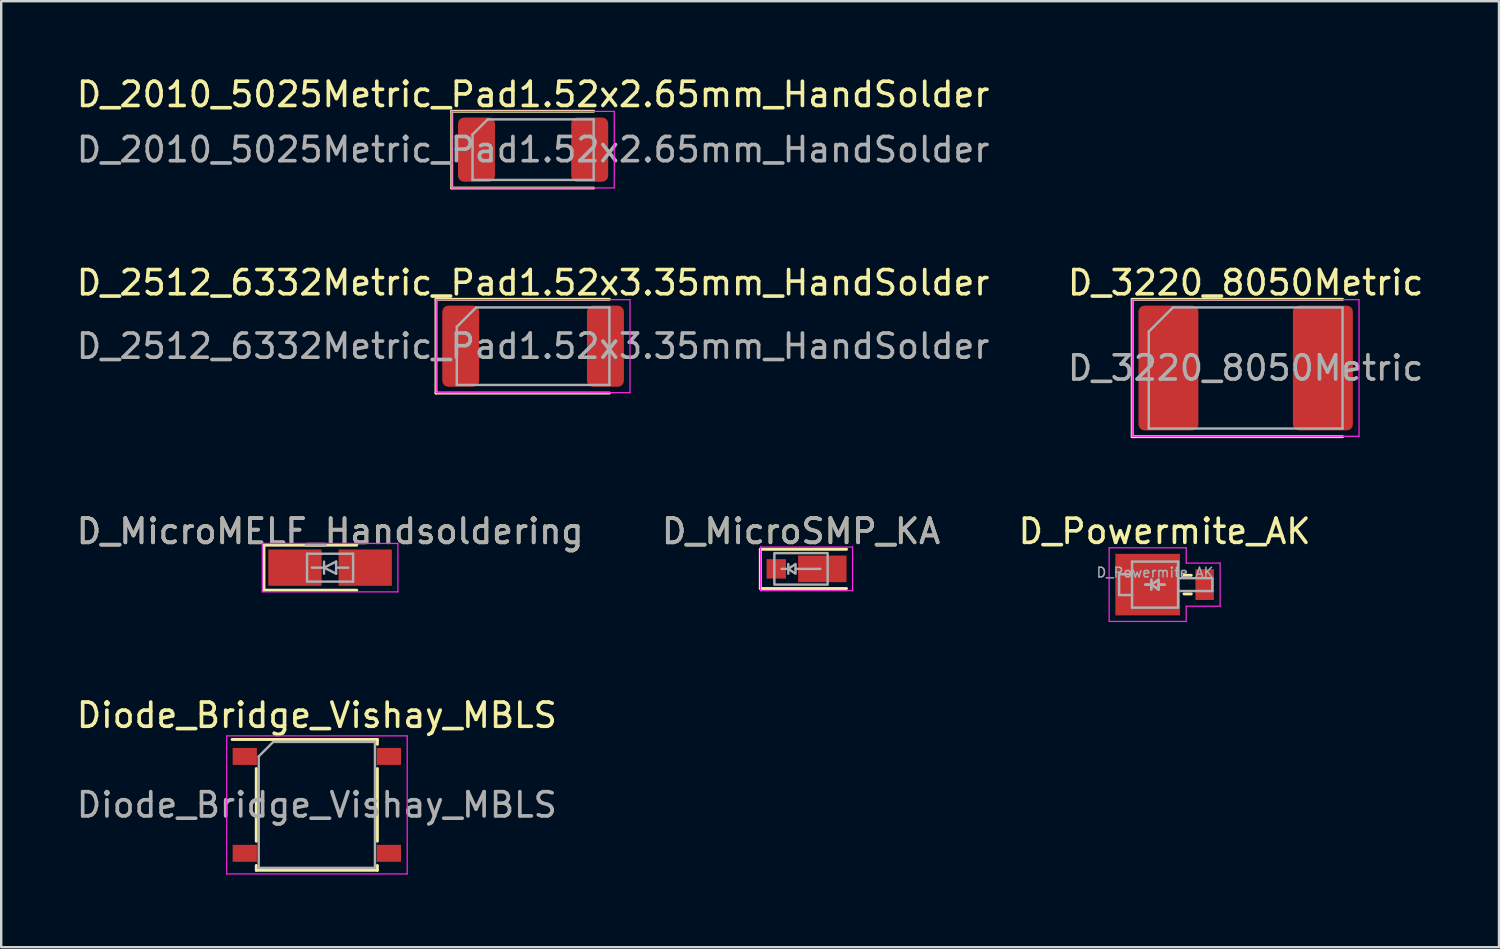
<source format=kicad_pcb>
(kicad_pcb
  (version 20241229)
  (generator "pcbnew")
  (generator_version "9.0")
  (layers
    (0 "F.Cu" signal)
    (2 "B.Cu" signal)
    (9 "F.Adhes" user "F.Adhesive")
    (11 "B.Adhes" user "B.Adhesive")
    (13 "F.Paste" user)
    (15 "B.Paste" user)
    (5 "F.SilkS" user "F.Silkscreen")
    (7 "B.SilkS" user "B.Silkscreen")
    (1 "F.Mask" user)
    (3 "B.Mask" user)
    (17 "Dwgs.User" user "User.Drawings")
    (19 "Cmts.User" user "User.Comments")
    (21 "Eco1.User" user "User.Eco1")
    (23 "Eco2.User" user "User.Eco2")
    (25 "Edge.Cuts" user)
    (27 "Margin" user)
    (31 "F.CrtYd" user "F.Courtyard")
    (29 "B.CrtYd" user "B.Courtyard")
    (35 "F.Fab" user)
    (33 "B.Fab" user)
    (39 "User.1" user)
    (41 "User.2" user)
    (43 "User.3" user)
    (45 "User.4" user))
  (footprint "D_Powermite_AK"
    (layer "F.Cu")
    (at 45.03 21.085)
    (property "Reference" "D_Powermite_AK" (at 0 -2.2 0) (layer "F.SilkS") (effects (font (size 1 1) (thickness 0.15))))
    (attr smd)
    (fp_line (start 1.1 -0.385) (end 0.8 -0.385) (stroke (width 0.12) (type solid)) (layer "F.SilkS"))
    (fp_line (start 1.1 0.385) (end 0.8 0.385) (stroke (width 0.12) (type solid)) (layer "F.SilkS"))
    (fp_line (start -2.29 -1.52) (end -2.29 1.52) (stroke (width 0.05) (type solid)) (layer "F.CrtYd"))
    (fp_line (start -2.29 1.52) (end 0.89 1.52) (stroke (width 0.05) (type solid)) (layer "F.CrtYd"))
    (fp_line (start 0.89 -1.52) (end -2.29 -1.52) (stroke (width 0.05) (type solid)) (layer "F.CrtYd"))
    (fp_line (start 0.89 -0.89) (end 0.89 -1.52) (stroke (width 0.05) (type solid)) (layer "F.CrtYd"))
    (fp_line (start 0.89 0.89) (end 2.29 0.89) (stroke (width 0.05) (type solid)) (layer "F.CrtYd"))
    (fp_line (start 0.89 1.52) (end 0.89 0.89) (stroke (width 0.05) (type solid)) (layer "F.CrtYd"))
    (fp_line (start 2.29 -0.89) (end 0.89 -0.89) (stroke (width 0.05) (type solid)) (layer "F.CrtYd"))
    (fp_line (start 2.29 0.89) (end 2.29 -0.89) (stroke (width 0.05) (type solid)) (layer "F.CrtYd"))
    (fp_line (start -1.88 -0.43) (end -1.345 -0.43) (stroke (width 0.1) (type solid)) (layer "F.Fab"))
    (fp_line (start -1.88 0.43) (end -1.88 -0.43) (stroke (width 0.1) (type solid)) (layer "F.Fab"))
    (fp_line (start -1.345 -0.95) (end -1.345 0.95) (stroke (width 0.1) (type solid)) (layer "F.Fab"))
    (fp_line (start -1.345 0.43) (end -1.88 0.43) (stroke (width 0.1) (type solid)) (layer "F.Fab"))
    (fp_line (start -1.345 0.95) (end 0.555 0.95) (stroke (width 0.1) (type solid)) (layer "F.Fab"))
    (fp_line (start -0.55 0) (end -0.8 0) (stroke (width 0.1) (type solid)) (layer "F.Fab"))
    (fp_line (start -0.55 0) (end -0.8 0) (stroke (width 0.1) (type solid)) (layer "F.Fab"))
    (fp_line (start -0.55 0) (end -0.25 0.2) (stroke (width 0.1) (type solid)) (layer "F.Fab"))
    (fp_line (start -0.55 0) (end -0.25 0.2) (stroke (width 0.1) (type solid)) (layer "F.Fab"))
    (fp_line (start -0.55 0.2) (end -0.55 -0.2) (stroke (width 0.1) (type solid)) (layer "F.Fab"))
    (fp_line (start -0.55 0.2) (end -0.55 -0.2) (stroke (width 0.1) (type solid)) (layer "F.Fab"))
    (fp_line (start -0.25 -0.2) (end -0.55 0) (stroke (width 0.1) (type solid)) (layer "F.Fab"))
    (fp_line (start -0.25 -0.2) (end -0.55 0) (stroke (width 0.1) (type solid)) (layer "F.Fab"))
    (fp_line (start -0.25 0) (end 0 0) (stroke (width 0.1) (type solid)) (layer "F.Fab"))
    (fp_line (start -0.25 0) (end 0 0) (stroke (width 0.1) (type solid)) (layer "F.Fab"))
    (fp_line (start -0.25 0.2) (end -0.25 -0.2) (stroke (width 0.1) (type solid)) (layer "F.Fab"))
    (fp_line (start -0.25 0.2) (end -0.25 -0.2) (stroke (width 0.1) (type solid)) (layer "F.Fab"))
    (fp_line (start 0.555 -0.95) (end -1.345 -0.95) (stroke (width 0.1) (type solid)) (layer "F.Fab"))
    (fp_line (start 0.555 0.95) (end 0.555 -0.95) (stroke (width 0.1) (type solid)) (layer "F.Fab"))
    (fp_line (start 1.97 -0.265) (end 0.555 -0.265) (stroke (width 0.1) (type solid)) (layer "F.Fab"))
    (fp_line (start 1.97 0.265) (end 0.555 0.265) (stroke (width 0.1) (type solid)) (layer "F.Fab"))
    (fp_line (start 1.97 0.265) (end 1.97 -0.265) (stroke (width 0.1) (type solid)) (layer "F.Fab"))
    (fp_text user "${REFERENCE}" (at -0.4 -0.5 0) (layer "F.Fab") (effects (font (size 0.4 0.4) (thickness 0.06))))
    (pad "1" smd rect (at -0.699 0) (size 2.67 2.54) (layers "F.Cu" "F.Mask" "F.Paste"))
    (pad "2" smd rect (at 1.653 0) (size 0.762 1.27) (layers "F.Cu" "F.Mask" "F.Paste")))
  (footprint "D_2512_6332Metric_Pad1.52x3.35mm_HandSolder"
    (layer "F.Cu")
    (at 18.958 11.242)
    (property "Reference" "D_2512_6332Metric_Pad1.52x3.35mm_HandSolder" (at 0 -2.62 0) (layer "F.SilkS") (effects (font (size 1 1) (thickness 0.15))))
    (attr smd)
    (fp_line (start -4.01 -1.935) (end -4.01 1.935) (stroke (width 0.12) (type solid)) (layer "F.SilkS"))
    (fp_line (start -4.01 1.935) (end 3.15 1.935) (stroke (width 0.12) (type solid)) (layer "F.SilkS"))
    (fp_line (start 3.15 -1.935) (end -4.01 -1.935) (stroke (width 0.12) (type solid)) (layer "F.SilkS"))
    (fp_line (start -4 -1.92) (end 4 -1.92) (stroke (width 0.05) (type solid)) (layer "F.CrtYd"))
    (fp_line (start -4 1.92) (end -4 -1.92) (stroke (width 0.05) (type solid)) (layer "F.CrtYd"))
    (fp_line (start 4 -1.92) (end 4 1.92) (stroke (width 0.05) (type solid)) (layer "F.CrtYd"))
    (fp_line (start 4 1.92) (end -4 1.92) (stroke (width 0.05) (type solid)) (layer "F.CrtYd"))
    (fp_line (start -3.15 -0.8) (end -3.15 1.6) (stroke (width 0.1) (type solid)) (layer "F.Fab"))
    (fp_line (start -3.15 1.6) (end 3.15 1.6) (stroke (width 0.1) (type solid)) (layer "F.Fab"))
    (fp_line (start -2.35 -1.6) (end -3.15 -0.8) (stroke (width 0.1) (type solid)) (layer "F.Fab"))
    (fp_line (start 3.15 -1.6) (end -2.35 -1.6) (stroke (width 0.1) (type solid)) (layer "F.Fab"))
    (fp_line (start 3.15 1.6) (end 3.15 -1.6) (stroke (width 0.1) (type solid)) (layer "F.Fab"))
    (fp_text user "${REFERENCE}" (at 0 0 0) (layer "F.Fab") (effects (font (size 1 1) (thickness 0.15))))
    (pad "1" smd roundrect (at -2.987 0) (size 1.525 3.35) (layers "F.Cu" "F.Mask" "F.Paste") (roundrect_rratio 0.164))
    (pad "2" smd roundrect (at 2.987 0) (size 1.525 3.35) (layers "F.Cu" "F.Mask" "F.Paste") (roundrect_rratio 0.164)))
  (footprint "D_2010_5025Metric_Pad1.52x2.65mm_HandSolder"
    (layer "F.Cu")
    (at 18.958 3.128)
    (property "Reference" "D_2010_5025Metric_Pad1.52x2.65mm_HandSolder" (at 0 -2.28 0) (layer "F.SilkS") (effects (font (size 1 1) (thickness 0.15))))
    (attr smd)
    (fp_line (start -3.36 -1.585) (end -3.36 1.585) (stroke (width 0.12) (type solid)) (layer "F.SilkS"))
    (fp_line (start -3.36 1.585) (end 2.5 1.585) (stroke (width 0.12) (type solid)) (layer "F.SilkS"))
    (fp_line (start 2.5 -1.585) (end -3.36 -1.585) (stroke (width 0.12) (type solid)) (layer "F.SilkS"))
    (fp_line (start -3.35 -1.58) (end 3.35 -1.58) (stroke (width 0.05) (type solid)) (layer "F.CrtYd"))
    (fp_line (start -3.35 1.58) (end -3.35 -1.58) (stroke (width 0.05) (type solid)) (layer "F.CrtYd"))
    (fp_line (start 3.35 -1.58) (end 3.35 1.58) (stroke (width 0.05) (type solid)) (layer "F.CrtYd"))
    (fp_line (start 3.35 1.58) (end -3.35 1.58) (stroke (width 0.05) (type solid)) (layer "F.CrtYd"))
    (fp_line (start -2.5 -0.625) (end -2.5 1.25) (stroke (width 0.1) (type solid)) (layer "F.Fab"))
    (fp_line (start -2.5 1.25) (end 2.5 1.25) (stroke (width 0.1) (type solid)) (layer "F.Fab"))
    (fp_line (start -1.875 -1.25) (end -2.5 -0.625) (stroke (width 0.1) (type solid)) (layer "F.Fab"))
    (fp_line (start 2.5 -1.25) (end -1.875 -1.25) (stroke (width 0.1) (type solid)) (layer "F.Fab"))
    (fp_line (start 2.5 1.25) (end 2.5 -1.25) (stroke (width 0.1) (type solid)) (layer "F.Fab"))
    (fp_text user "${REFERENCE}" (at 0 0 0) (layer "F.Fab") (effects (font (size 1 1) (thickness 0.15))))
    (pad "1" smd roundrect (at -2.337 0) (size 1.525 2.65) (layers "F.Cu" "F.Mask" "F.Paste") (roundrect_rratio 0.164))
    (pad "2" smd roundrect (at 2.337 0) (size 1.525 2.65) (layers "F.Cu" "F.Mask" "F.Paste") (roundrect_rratio 0.164)))
  (footprint "D_MicroSMP_KA"
    (layer "F.Cu")
    (at 30.018 20.435)
    (property "Reference" "D_MicroSMP_KA" (at 0 -1.55 0) (unlocked yes) (layer "F.SilkS") (effects (font (size 1 1) (thickness 0.15))))
    (attr smd)
    (fp_line (start -1.68 -0.81) (end -1.68 0.81) (stroke (width 0.12) (type solid)) (layer "F.SilkS"))
    (fp_line (start -1.68 -0.81) (end 1.88 -0.81) (stroke (width 0.12) (type solid)) (layer "F.SilkS"))
    (fp_line (start -1.68 0.81) (end 1.88 0.81) (stroke (width 0.12) (type solid)) (layer "F.SilkS"))
    (fp_line (start -1.67 -0.9) (end -1.67 0.9) (stroke (width 0.05) (type solid)) (layer "F.CrtYd"))
    (fp_line (start -1.67 -0.9) (end 2.13 -0.9) (stroke (width 0.05) (type solid)) (layer "F.CrtYd"))
    (fp_line (start -1.67 0.9) (end 2.13 0.9) (stroke (width 0.05) (type solid)) (layer "F.CrtYd"))
    (fp_line (start 2.13 -0.9) (end 2.13 0.9) (stroke (width 0.05) (type solid)) (layer "F.CrtYd"))
    (fp_line (start -0.525 -0.2) (end -0.525 0.2) (stroke (width 0.1) (type solid)) (layer "F.Fab"))
    (fp_line (start -0.525 0) (end -0.8 0) (stroke (width 0.1) (type solid)) (layer "F.Fab"))
    (fp_line (start 0.8 0) (end -0.225 0) (stroke (width 0.1) (type solid)) (layer "F.Fab"))
    (fp_rect (start -1.1 -0.65) (end 1.1 0.65) (stroke (width 0.1) (type solid)) (fill no) (layer "F.Fab"))
    (fp_poly (pts (xy -0.225 0.2) (xy -0.525 0) (xy -0.225 -0.2)) (stroke (width 0.1) (type solid)) (fill no) (layer "F.Fab"))
    (fp_text user "${REFERENCE}" (at 0 -1.55 0) (unlocked yes) (layer "F.Fab") (effects (font (size 1 1) (thickness 0.15))))
    (pad "1" smd rect (at -1.02 0) (size 0.8 0.8) (layers "F.Cu" "F.Mask" "F.Paste"))
    (pad "2" smd rect (at 0.88 0) (size 2 1.1) (layers "F.Cu" "F.Mask" "F.Paste")))
  (footprint "D_MicroMELF_Handsoldering"
    (layer "F.Cu")
    (at 10.577 20.385)
    (property "Reference" "D_MicroMELF_Handsoldering" (at 0 -1.5 0) (layer "F.SilkS") (effects (font (size 1 1) (thickness 0.15))))
    (attr smd)
    (fp_line (start -2.73 -0.93) (end -2.73 0.93) (stroke (width 0.12) (type solid)) (layer "F.SilkS"))
    (fp_line (start -2.73 0.93) (end 1.1 0.93) (stroke (width 0.12) (type solid)) (layer "F.SilkS"))
    (fp_line (start 1.1 -0.93) (end -2.73 -0.93) (stroke (width 0.12) (type solid)) (layer "F.SilkS"))
    (fp_line (start -2.8 -1) (end -2.8 1) (stroke (width 0.05) (type solid)) (layer "F.CrtYd"))
    (fp_line (start -2.8 -1) (end 2.8 -1) (stroke (width 0.05) (type solid)) (layer "F.CrtYd"))
    (fp_line (start 2.8 1) (end -2.8 1) (stroke (width 0.05) (type solid)) (layer "F.CrtYd"))
    (fp_line (start 2.8 1) (end 2.8 -1) (stroke (width 0.05) (type solid)) (layer "F.CrtYd"))
    (fp_line (start -0.95 -0.575) (end 0.95 -0.575) (stroke (width 0.1) (type solid)) (layer "F.Fab"))
    (fp_line (start -0.95 0.575) (end -0.95 -0.575) (stroke (width 0.1) (type solid)) (layer "F.Fab"))
    (fp_line (start -0.25 -0.25) (end -0.25 0.25) (stroke (width 0.1) (type solid)) (layer "F.Fab"))
    (fp_line (start -0.25 0) (end -0.75 0) (stroke (width 0.1) (type solid)) (layer "F.Fab"))
    (fp_line (start -0.25 0) (end 0.25 -0.25) (stroke (width 0.1) (type solid)) (layer "F.Fab"))
    (fp_line (start 0.25 -0.25) (end 0.25 0.25) (stroke (width 0.1) (type solid)) (layer "F.Fab"))
    (fp_line (start 0.25 0) (end 0.75 0) (stroke (width 0.1) (type solid)) (layer "F.Fab"))
    (fp_line (start 0.25 0.25) (end -0.25 0) (stroke (width 0.1) (type solid)) (layer "F.Fab"))
    (fp_line (start 0.95 -0.575) (end 0.95 0.575) (stroke (width 0.1) (type solid)) (layer "F.Fab"))
    (fp_line (start 0.95 0.575) (end -0.95 0.575) (stroke (width 0.1) (type solid)) (layer "F.Fab"))
    (fp_text user "${REFERENCE}" (at 0 -1.5 0) (layer "F.Fab") (effects (font (size 1 1) (thickness 0.15))))
    (pad "1" smd rect (at -1.45 0) (size 2.2 1.5) (layers "F.Cu" "F.Mask" "F.Paste"))
    (pad "2" smd rect (at 1.45 0) (size 2.2 1.5) (layers "F.Cu" "F.Mask" "F.Paste")))
  (footprint "D_3220_8050Metric"
    (layer "F.Cu")
    (at 48.375 12.142)
    (property "Reference" "D_3220_8050Metric" (at 0 -3.52 0) (layer "F.SilkS") (effects (font (size 1 1) (thickness 0.15))))
    (attr smd)
    (fp_line (start -4.685 -2.835) (end -4.685 2.835) (stroke (width 0.12) (type solid)) (layer "F.SilkS"))
    (fp_line (start -4.685 2.835) (end 4 2.835) (stroke (width 0.12) (type solid)) (layer "F.SilkS"))
    (fp_line (start 4 -2.835) (end -4.685 -2.835) (stroke (width 0.12) (type solid)) (layer "F.SilkS"))
    (fp_line (start -4.68 -2.82) (end 4.68 -2.82) (stroke (width 0.05) (type solid)) (layer "F.CrtYd"))
    (fp_line (start -4.68 2.82) (end -4.68 -2.82) (stroke (width 0.05) (type solid)) (layer "F.CrtYd"))
    (fp_line (start 4.68 -2.82) (end 4.68 2.82) (stroke (width 0.05) (type solid)) (layer "F.CrtYd"))
    (fp_line (start 4.68 2.82) (end -4.68 2.82) (stroke (width 0.05) (type solid)) (layer "F.CrtYd"))
    (fp_line (start -4 -1.5) (end -4 2.5) (stroke (width 0.1) (type solid)) (layer "F.Fab"))
    (fp_line (start -4 2.5) (end 4 2.5) (stroke (width 0.1) (type solid)) (layer "F.Fab"))
    (fp_line (start -3 -2.5) (end -4 -1.5) (stroke (width 0.1) (type solid)) (layer "F.Fab"))
    (fp_line (start 4 -2.5) (end -3 -2.5) (stroke (width 0.1) (type solid)) (layer "F.Fab"))
    (fp_line (start 4 2.5) (end 4 -2.5) (stroke (width 0.1) (type solid)) (layer "F.Fab"))
    (fp_text user "${REFERENCE}" (at 0 0 0) (layer "F.Fab") (effects (font (size 1 1) (thickness 0.15))))
    (pad "1" smd roundrect (at -3.188 0) (size 2.475 5.15) (layers "F.Cu" "F.Mask" "F.Paste") (roundrect_rratio 0.101))
    (pad "2" smd roundrect (at 3.188 0) (size 2.475 5.15) (layers "F.Cu" "F.Mask" "F.Paste") (roundrect_rratio 0.101)))
  (footprint "Diode_Bridge_Vishay_MBLS"
    (layer "F.Cu")
    (at 10.03 30.178)
    (property "Reference" "Diode_Bridge_Vishay_MBLS" (at 0 -3.7 0) (layer "F.SilkS") (effects (font (size 1 1) (thickness 0.15))))
    (attr smd)
    (fp_line (start -2.5 1.5) (end -2.5 -1.5) (stroke (width 0.12) (type solid)) (layer "F.SilkS"))
    (fp_line (start -2.5 2.7) (end -2.5 2.5) (stroke (width 0.12) (type solid)) (layer "F.SilkS"))
    (fp_line (start 2.5 -2.7) (end -3.5 -2.7) (stroke (width 0.12) (type solid)) (layer "F.SilkS"))
    (fp_line (start 2.5 -2.5) (end 2.5 -2.7) (stroke (width 0.12) (type solid)) (layer "F.SilkS"))
    (fp_line (start 2.5 -1.5) (end 2.5 1.5) (stroke (width 0.12) (type solid)) (layer "F.SilkS"))
    (fp_line (start 2.5 2.5) (end 2.5 2.7) (stroke (width 0.12) (type solid)) (layer "F.SilkS"))
    (fp_line (start 2.5 2.7) (end -2.5 2.7) (stroke (width 0.12) (type solid)) (layer "F.SilkS"))
    (fp_line (start -3.72 -2.85) (end -3.72 2.85) (stroke (width 0.05) (type solid)) (layer "F.CrtYd"))
    (fp_line (start -3.72 -2.85) (end 3.73 -2.85) (stroke (width 0.05) (type solid)) (layer "F.CrtYd"))
    (fp_line (start 3.73 2.85) (end -3.72 2.85) (stroke (width 0.05) (type solid)) (layer "F.CrtYd"))
    (fp_line (start 3.73 2.85) (end 3.73 -2.85) (stroke (width 0.05) (type solid)) (layer "F.CrtYd"))
    (fp_line (start -2.4 -2) (end -2.4 2.6) (stroke (width 0.1) (type solid)) (layer "F.Fab"))
    (fp_line (start -2.4 2.6) (end 2.4 2.6) (stroke (width 0.1) (type solid)) (layer "F.Fab"))
    (fp_line (start -1.8 -2.6) (end -2.4 -2) (stroke (width 0.1) (type solid)) (layer "F.Fab"))
    (fp_line (start 2.4 -2.6) (end -1.8 -2.6) (stroke (width 0.1) (type solid)) (layer "F.Fab"))
    (fp_line (start 2.4 2.6) (end 2.4 -2.6) (stroke (width 0.1) (type solid)) (layer "F.Fab"))
    (fp_text user "${REFERENCE}" (at 0 0 0) (layer "F.Fab") (effects (font (size 1 1) (thickness 0.15))))
    (pad "1" smd rect (at -2.975 -2) (size 1 0.7) (layers "F.Cu" "F.Mask" "F.Paste"))
    (pad "2" smd rect (at 2.975 -2) (size 1 0.7) (layers "F.Cu" "F.Mask" "F.Paste"))
    (pad "3" smd rect (at 2.975 2) (size 1 0.7) (layers "F.Cu" "F.Mask" "F.Paste"))
    (pad "4" smd rect (at -2.975 2) (size 1 0.7) (layers "F.Cu" "F.Mask" "F.Paste")))
  (gr_rect
    (start -3 -3)
    (end 58.833 36.053)
    (stroke (width 0.1) (type default))
    (fill no)
    (layer "Edge.Cuts")))
</source>
